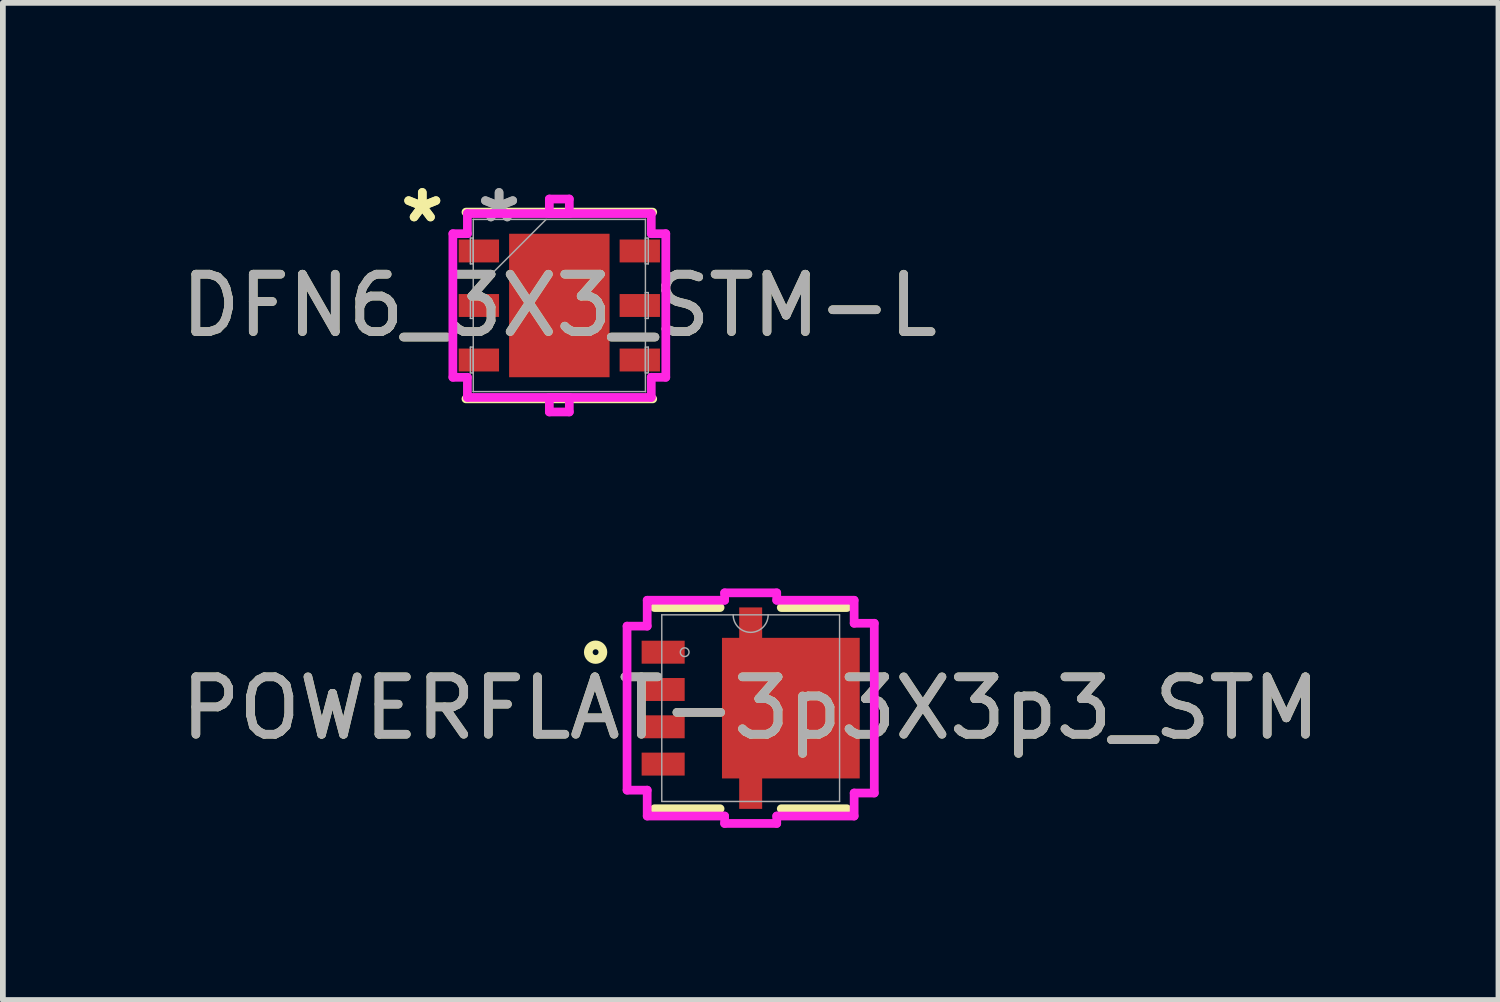
<source format=kicad_pcb>
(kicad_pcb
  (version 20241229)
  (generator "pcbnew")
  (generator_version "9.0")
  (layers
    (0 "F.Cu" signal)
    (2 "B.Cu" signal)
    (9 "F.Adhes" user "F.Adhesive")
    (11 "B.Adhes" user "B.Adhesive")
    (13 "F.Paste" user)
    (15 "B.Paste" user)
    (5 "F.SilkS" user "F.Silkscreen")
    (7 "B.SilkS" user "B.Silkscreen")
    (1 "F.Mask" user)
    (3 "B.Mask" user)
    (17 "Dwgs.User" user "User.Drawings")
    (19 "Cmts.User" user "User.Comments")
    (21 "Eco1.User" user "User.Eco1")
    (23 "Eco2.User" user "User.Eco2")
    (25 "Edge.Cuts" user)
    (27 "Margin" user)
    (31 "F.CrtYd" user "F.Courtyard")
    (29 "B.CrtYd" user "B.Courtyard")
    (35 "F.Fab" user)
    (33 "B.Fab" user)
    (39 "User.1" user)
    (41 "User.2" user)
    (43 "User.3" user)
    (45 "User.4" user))
  (footprint "POWERFLAT-3p3X3p3_STM"
    (layer "F.Cu")
    (at 10.03 9.289)
    (property "Reference" "POWERFLAT-3p3X3p3_STM" (at 0 0 0) (unlocked yes) (layer "F.SilkS") (effects (font (size 1 1) (thickness 0.15))))
    (attr smd)
    (fp_poly (pts (xy 1.9 -1.225) (xy 1.9 1.225) (xy 0.2 1.225) (xy 0.2 1.755) (xy -0.2 1.755) (xy -0.2 1.225) (xy -0.5 1.225) (xy -0.5 -1.225) (xy -0.2 -1.225) (xy -0.2 -1.755) (xy 0.2 -1.755) (xy 0.2 -1.225)) (stroke (width 0) (type solid)) (fill yes) (layer "F.Cu"))
    (fp_poly (pts (xy 1.9 -1.225) (xy 1.9 1.225) (xy 0.2 1.225) (xy 0.2 1.755) (xy -0.2 1.755) (xy -0.2 1.225) (xy -0.5 1.225) (xy -0.5 -1.225) (xy -0.2 -1.225) (xy -0.2 -1.755) (xy 0.2 -1.755) (xy 0.2 -1.225)) (stroke (width 0) (type solid)) (fill yes) (layer "F.Mask"))
    (fp_line (start -1.676 1.753) (end -0.533 1.753) (stroke (width 0.152) (type solid)) (layer "F.SilkS"))
    (fp_line (start -0.533 -1.753) (end -1.676 -1.753) (stroke (width 0.152) (type solid)) (layer "F.SilkS"))
    (fp_line (start 0.533 1.753) (end 1.676 1.753) (stroke (width 0.152) (type solid)) (layer "F.SilkS"))
    (fp_line (start 1.676 -1.753) (end 0.533 -1.753) (stroke (width 0.152) (type solid)) (layer "F.SilkS"))
    (fp_circle (center -2.702 -0.975) (end -2.575 -0.975) (stroke (width 0.152) (type solid)) (fill no) (layer "F.SilkS"))
    (fp_poly (pts (xy 1.9 -1.225) (xy 1.9 1.225) (xy 0.2 1.225) (xy 0.2 1.755) (xy -0.2 1.755) (xy -0.2 1.225) (xy -0.5 1.225) (xy -0.5 -1.225) (xy -0.2 -1.225) (xy -0.2 -1.755) (xy 0.2 -1.755) (xy 0.2 -1.225)) (stroke (width 0) (type solid)) (fill yes) (layer "F.Paste"))
    (fp_line (start -2.154 -1.429) (end -2.154 1.429) (stroke (width 0.152) (type solid)) (layer "F.CrtYd"))
    (fp_line (start -2.154 1.429) (end -1.803 1.429) (stroke (width 0.152) (type solid)) (layer "F.CrtYd"))
    (fp_line (start -1.803 -1.88) (end -1.803 -1.429) (stroke (width 0.152) (type solid)) (layer "F.CrtYd"))
    (fp_line (start -1.803 -1.429) (end -2.154 -1.429) (stroke (width 0.152) (type solid)) (layer "F.CrtYd"))
    (fp_line (start -1.803 1.429) (end -1.803 1.88) (stroke (width 0.152) (type solid)) (layer "F.CrtYd"))
    (fp_line (start -1.803 1.88) (end -0.454 1.88) (stroke (width 0.152) (type solid)) (layer "F.CrtYd"))
    (fp_line (start -0.454 -2.009) (end -0.454 -1.88) (stroke (width 0.152) (type solid)) (layer "F.CrtYd"))
    (fp_line (start -0.454 -1.88) (end -1.803 -1.88) (stroke (width 0.152) (type solid)) (layer "F.CrtYd"))
    (fp_line (start -0.454 1.88) (end -0.454 2.009) (stroke (width 0.152) (type solid)) (layer "F.CrtYd"))
    (fp_line (start -0.454 2.009) (end 0.454 2.009) (stroke (width 0.152) (type solid)) (layer "F.CrtYd"))
    (fp_line (start 0.454 -2.009) (end -0.454 -2.009) (stroke (width 0.152) (type solid)) (layer "F.CrtYd"))
    (fp_line (start 0.454 -1.88) (end 0.454 -2.009) (stroke (width 0.152) (type solid)) (layer "F.CrtYd"))
    (fp_line (start 0.454 1.88) (end 1.803 1.88) (stroke (width 0.152) (type solid)) (layer "F.CrtYd"))
    (fp_line (start 0.454 2.009) (end 0.454 1.88) (stroke (width 0.152) (type solid)) (layer "F.CrtYd"))
    (fp_line (start 1.803 -1.88) (end 0.454 -1.88) (stroke (width 0.152) (type solid)) (layer "F.CrtYd"))
    (fp_line (start 1.803 -1.479) (end 1.803 -1.88) (stroke (width 0.152) (type solid)) (layer "F.CrtYd"))
    (fp_line (start 1.803 1.479) (end 2.154 1.479) (stroke (width 0.152) (type solid)) (layer "F.CrtYd"))
    (fp_line (start 1.803 1.88) (end 1.803 1.479) (stroke (width 0.152) (type solid)) (layer "F.CrtYd"))
    (fp_line (start 2.154 -1.479) (end 1.803 -1.479) (stroke (width 0.152) (type solid)) (layer "F.CrtYd"))
    (fp_line (start 2.154 1.479) (end 2.154 -1.479) (stroke (width 0.152) (type solid)) (layer "F.CrtYd"))
    (fp_line (start -1.549 -1.626) (end -1.549 1.626) (stroke (width 0.025) (type solid)) (layer "F.Fab"))
    (fp_line (start -1.549 1.626) (end 1.549 1.626) (stroke (width 0.025) (type solid)) (layer "F.Fab"))
    (fp_line (start 1.549 -1.626) (end -1.549 -1.626) (stroke (width 0.025) (type solid)) (layer "F.Fab"))
    (fp_line (start 1.549 1.626) (end 1.549 -1.626) (stroke (width 0.025) (type solid)) (layer "F.Fab"))
    (fp_arc (start 0.3048 -1.6256) (mid 0 -1.3208) (end -0.3048 -1.6256) (stroke (width 0.0254) (type solid)) (layer "F.Fab"))
    (fp_circle (center -1.15 -0.975) (end -1.074 -0.975) (stroke (width 0.025) (type solid)) (fill no) (layer "F.Fab"))
    (fp_text user "${REFERENCE}" (at 0 0 0) (unlocked yes) (layer "F.Fab") (effects (font (size 1 1) (thickness 0.15))))
    (pad "1" smd rect (at -1.525 -0.975) (size 0.75 0.4) (layers "F.Cu" "F.Mask" "F.Paste"))
    (pad "2" smd rect (at -1.525 -0.325) (size 0.75 0.4) (layers "F.Cu" "F.Mask" "F.Paste"))
    (pad "3" smd rect (at -1.525 0.325) (size 0.75 0.4) (layers "F.Cu" "F.Mask" "F.Paste"))
    (pad "4" smd rect (at -1.525 0.975) (size 0.75 0.4) (layers "F.Cu" "F.Mask" "F.Paste"))
    (pad "5" smd rect (at 1.525 0.975) (size 0.127 0.127) (layers "F.Cu" "F.Mask" "F.Paste"))
    (pad "6" smd rect (at 1.525 0.325) (size 0.127 0.127) (layers "F.Cu" "F.Mask" "F.Paste"))
    (pad "7" smd rect (at 1.525 -0.325) (size 0.127 0.127) (layers "F.Cu" "F.Mask" "F.Paste"))
    (pad "8" smd rect (at 1.525 -0.975) (size 0.127 0.127) (layers "F.Cu" "F.Mask" "F.Paste")))
  (footprint "DFN6_3X3_STM-L"
    (layer "F.Cu")
    (at 6.696 2.273)
    (property "Reference" "DFN6_3X3_STM-L" (at 0 0 0) (unlocked yes) (layer "F.SilkS") (effects (font (size 1 1) (thickness 0.15))))
    (attr smd)
    (fp_line (start -1.627 1.627) (end 1.627 1.627) (stroke (width 0.152) (type solid)) (layer "F.SilkS"))
    (fp_line (start 1.627 -1.627) (end -1.627 -1.627) (stroke (width 0.152) (type solid)) (layer "F.SilkS"))
    (fp_line (start -1.855 -1.251) (end -1.602 -1.251) (stroke (width 0.152) (type solid)) (layer "F.CrtYd"))
    (fp_line (start -1.855 1.251) (end -1.855 -1.251) (stroke (width 0.152) (type solid)) (layer "F.CrtYd"))
    (fp_line (start -1.602 -1.602) (end 0.174 -1.602) (stroke (width 0.152) (type solid)) (layer "F.CrtYd"))
    (fp_line (start -1.602 -1.251) (end -1.602 -1.602) (stroke (width 0.152) (type solid)) (layer "F.CrtYd"))
    (fp_line (start -1.602 1.251) (end -1.855 1.251) (stroke (width 0.152) (type solid)) (layer "F.CrtYd"))
    (fp_line (start -1.602 1.602) (end -1.602 1.251) (stroke (width 0.152) (type solid)) (layer "F.CrtYd"))
    (fp_line (start -0.174 -1.855) (end -0.174 -1.602) (stroke (width 0.152) (type solid)) (layer "F.CrtYd"))
    (fp_line (start -0.174 -1.602) (end 1.602 -1.602) (stroke (width 0.152) (type solid)) (layer "F.CrtYd"))
    (fp_line (start -0.174 1.602) (end -0.174 1.855) (stroke (width 0.152) (type solid)) (layer "F.CrtYd"))
    (fp_line (start -0.174 1.855) (end 0.174 1.855) (stroke (width 0.152) (type solid)) (layer "F.CrtYd"))
    (fp_line (start 0.174 -1.855) (end -0.174 -1.855) (stroke (width 0.152) (type solid)) (layer "F.CrtYd"))
    (fp_line (start 0.174 -1.602) (end 0.174 -1.855) (stroke (width 0.152) (type solid)) (layer "F.CrtYd"))
    (fp_line (start 0.174 1.602) (end -1.602 1.602) (stroke (width 0.152) (type solid)) (layer "F.CrtYd"))
    (fp_line (start 0.174 1.855) (end 0.174 1.602) (stroke (width 0.152) (type solid)) (layer "F.CrtYd"))
    (fp_line (start 1.602 -1.602) (end 1.602 -1.251) (stroke (width 0.152) (type solid)) (layer "F.CrtYd"))
    (fp_line (start 1.602 -1.251) (end 1.855 -1.251) (stroke (width 0.152) (type solid)) (layer "F.CrtYd"))
    (fp_line (start 1.602 1.251) (end 1.602 1.602) (stroke (width 0.152) (type solid)) (layer "F.CrtYd"))
    (fp_line (start 1.602 1.602) (end -0.174 1.602) (stroke (width 0.152) (type solid)) (layer "F.CrtYd"))
    (fp_line (start 1.855 -1.251) (end 1.855 1.251) (stroke (width 0.152) (type solid)) (layer "F.CrtYd"))
    (fp_line (start 1.855 1.251) (end 1.602 1.251) (stroke (width 0.152) (type solid)) (layer "F.CrtYd"))
    (fp_line (start -1.55 -1.175) (end -1.55 -0.725) (stroke (width 0.025) (type solid)) (layer "F.Fab"))
    (fp_line (start -1.55 -0.725) (end -1.5 -0.725) (stroke (width 0.025) (type solid)) (layer "F.Fab"))
    (fp_line (start -1.55 -0.225) (end -1.55 0.225) (stroke (width 0.025) (type solid)) (layer "F.Fab"))
    (fp_line (start -1.55 0.225) (end -1.5 0.225) (stroke (width 0.025) (type solid)) (layer "F.Fab"))
    (fp_line (start -1.55 0.725) (end -1.55 1.175) (stroke (width 0.025) (type solid)) (layer "F.Fab"))
    (fp_line (start -1.55 1.175) (end -1.5 1.175) (stroke (width 0.025) (type solid)) (layer "F.Fab"))
    (fp_line (start -1.5 -1.5) (end -1.5 -1.5) (stroke (width 0.025) (type solid)) (layer "F.Fab"))
    (fp_line (start -1.5 -1.5) (end -1.5 1.5) (stroke (width 0.025) (type solid)) (layer "F.Fab"))
    (fp_line (start -1.5 -1.175) (end -1.55 -1.175) (stroke (width 0.025) (type solid)) (layer "F.Fab"))
    (fp_line (start -1.5 -0.725) (end -1.5 -1.175) (stroke (width 0.025) (type solid)) (layer "F.Fab"))
    (fp_line (start -1.5 -0.23) (end -0.23 -1.5) (stroke (width 0.025) (type solid)) (layer "F.Fab"))
    (fp_line (start -1.5 -0.225) (end -1.55 -0.225) (stroke (width 0.025) (type solid)) (layer "F.Fab"))
    (fp_line (start -1.5 0.225) (end -1.5 -0.225) (stroke (width 0.025) (type solid)) (layer "F.Fab"))
    (fp_line (start -1.5 0.725) (end -1.55 0.725) (stroke (width 0.025) (type solid)) (layer "F.Fab"))
    (fp_line (start -1.5 1.175) (end -1.5 0.725) (stroke (width 0.025) (type solid)) (layer "F.Fab"))
    (fp_line (start -1.5 1.5) (end -1.5 1.5) (stroke (width 0.025) (type solid)) (layer "F.Fab"))
    (fp_line (start -1.5 1.5) (end 1.5 1.5) (stroke (width 0.025) (type solid)) (layer "F.Fab"))
    (fp_line (start 1.5 -1.5) (end -1.5 -1.5) (stroke (width 0.025) (type solid)) (layer "F.Fab"))
    (fp_line (start 1.5 -1.5) (end 1.5 -1.5) (stroke (width 0.025) (type solid)) (layer "F.Fab"))
    (fp_line (start 1.5 -1.175) (end 1.5 -0.725) (stroke (width 0.025) (type solid)) (layer "F.Fab"))
    (fp_line (start 1.5 -0.725) (end 1.55 -0.725) (stroke (width 0.025) (type solid)) (layer "F.Fab"))
    (fp_line (start 1.5 -0.225) (end 1.5 0.225) (stroke (width 0.025) (type solid)) (layer "F.Fab"))
    (fp_line (start 1.5 0.225) (end 1.55 0.225) (stroke (width 0.025) (type solid)) (layer "F.Fab"))
    (fp_line (start 1.5 0.725) (end 1.5 1.175) (stroke (width 0.025) (type solid)) (layer "F.Fab"))
    (fp_line (start 1.5 1.175) (end 1.55 1.175) (stroke (width 0.025) (type solid)) (layer "F.Fab"))
    (fp_line (start 1.5 1.5) (end 1.5 -1.5) (stroke (width 0.025) (type solid)) (layer "F.Fab"))
    (fp_line (start 1.5 1.5) (end 1.5 1.5) (stroke (width 0.025) (type solid)) (layer "F.Fab"))
    (fp_line (start 1.55 -1.175) (end 1.5 -1.175) (stroke (width 0.025) (type solid)) (layer "F.Fab"))
    (fp_line (start 1.55 -0.725) (end 1.55 -1.175) (stroke (width 0.025) (type solid)) (layer "F.Fab"))
    (fp_line (start 1.55 -0.225) (end 1.5 -0.225) (stroke (width 0.025) (type solid)) (layer "F.Fab"))
    (fp_line (start 1.55 0.225) (end 1.55 -0.225) (stroke (width 0.025) (type solid)) (layer "F.Fab"))
    (fp_line (start 1.55 0.725) (end 1.5 0.725) (stroke (width 0.025) (type solid)) (layer "F.Fab"))
    (fp_line (start 1.55 1.175) (end 1.55 0.725) (stroke (width 0.025) (type solid)) (layer "F.Fab"))
    (fp_text user "*" (at -2.388 -1.425 0) (layer "F.SilkS") (effects (font (size 1 1) (thickness 0.15))))
    (fp_text user "*" (at -2.388 -1.425 0) (unlocked yes) (layer "F.SilkS") (effects (font (size 1 1) (thickness 0.15))))
    (fp_text user "*" (at -1.05 -1.425 0) (unlocked yes) (layer "F.Fab") (effects (font (size 1 1) (thickness 0.15))))
    (fp_text user "${REFERENCE}" (at 0 0 0) (unlocked yes) (layer "F.Fab") (effects (font (size 1 1) (thickness 0.15))))
    (fp_text user "*" (at -1.05 -1.425 0) (layer "F.Fab") (effects (font (size 1 1) (thickness 0.15))))
    (pad "1" smd rect (at -1.402 -0.95 90) (size 0.399 0.703) (layers "F.Cu" "F.Mask" "F.Paste"))
    (pad "2" smd rect (at -1.402 0 90) (size 0.399 0.703) (layers "F.Cu" "F.Mask" "F.Paste"))
    (pad "3" smd rect (at -1.402 0.95 90) (size 0.399 0.703) (layers "F.Cu" "F.Mask" "F.Paste"))
    (pad "4" smd rect (at 1.402 0.95 90) (size 0.399 0.703) (layers "F.Cu" "F.Mask" "F.Paste"))
    (pad "5" smd rect (at 1.402 0 90) (size 0.399 0.703) (layers "F.Cu" "F.Mask" "F.Paste"))
    (pad "6" smd rect (at 1.402 -0.95 90) (size 0.399 0.703) (layers "F.Cu" "F.Mask" "F.Paste"))
    (pad "7" smd rect (at 0 0) (size 1.75 2.5) (layers "F.Cu" "F.Mask" "F.Paste")))
  (gr_rect
    (start -3 -3)
    (end 23.06 14.375)
    (stroke (width 0.1) (type default))
    (fill no)
    (layer "Edge.Cuts")))
</source>
